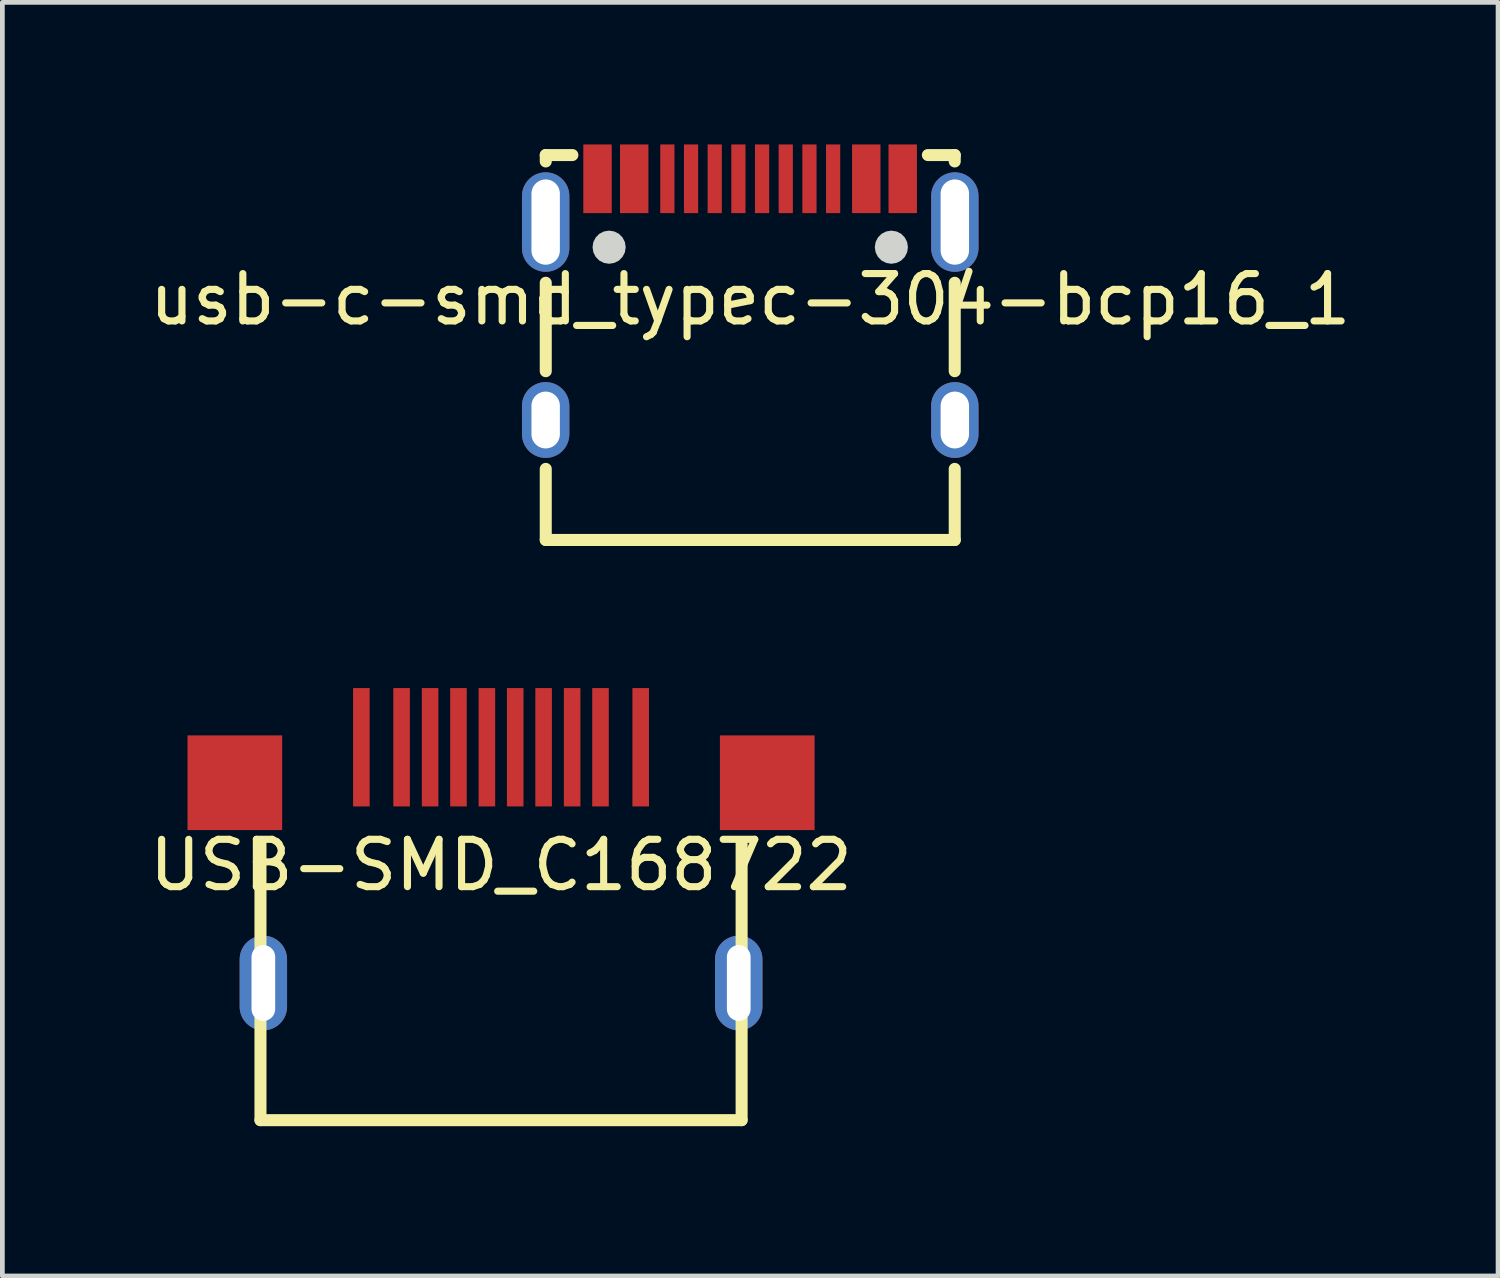
<source format=kicad_pcb>
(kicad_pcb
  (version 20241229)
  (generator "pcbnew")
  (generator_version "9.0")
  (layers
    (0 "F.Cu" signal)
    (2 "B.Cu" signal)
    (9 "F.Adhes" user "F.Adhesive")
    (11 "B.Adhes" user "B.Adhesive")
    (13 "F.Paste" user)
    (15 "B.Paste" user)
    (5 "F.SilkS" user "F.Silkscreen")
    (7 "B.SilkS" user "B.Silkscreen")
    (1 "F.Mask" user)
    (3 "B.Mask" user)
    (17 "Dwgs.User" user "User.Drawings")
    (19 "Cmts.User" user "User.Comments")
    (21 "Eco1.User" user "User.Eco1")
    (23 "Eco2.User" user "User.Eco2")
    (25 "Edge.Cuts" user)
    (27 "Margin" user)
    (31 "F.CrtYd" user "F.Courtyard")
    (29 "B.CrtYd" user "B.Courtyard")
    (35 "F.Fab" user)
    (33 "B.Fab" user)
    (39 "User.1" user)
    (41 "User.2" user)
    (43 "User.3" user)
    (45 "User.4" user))
  (footprint "USB-SMD_C168722"
    (layer "F.Cu")
    (at 7.53 15.218)
    (property "Reference" "USB-SMD_C168722" (at 0 0 0) (layer "F.SilkS") (effects (font (size 1 1) (thickness 0.15))))
    (fp_line (start -5.08 5.385) (end -5.08 -0.457) (stroke (width 0.254) (type default)) (layer "F.SilkS"))
    (fp_line (start 5.08 -0.457) (end 5.08 5.385) (stroke (width 0.254) (type default)) (layer "F.SilkS"))
    (fp_line (start 5.08 5.385) (end -5.08 5.385) (stroke (width 0.254) (type default)) (layer "F.SilkS"))
    (fp_poly (pts (xy -4.971 -1.24) (xy -6.269 -1.24) (xy -6.269 -2.24) (xy -4.971 -2.24)) (stroke (width 0.1) (type default)) (fill no) (layer "User.1"))
    (fp_poly (pts (xy -4.92 2.99) (xy -5.12 2.99) (xy -5.12 1.989) (xy -4.92 1.989)) (stroke (width 0.1) (type default)) (fill no) (layer "User.1"))
    (fp_poly (pts (xy -2.85 -2.141) (xy -3.05 -2.141) (xy -3.05 -3.439) (xy -2.85 -3.439)) (stroke (width 0.1) (type default)) (fill no) (layer "User.1"))
    (fp_poly (pts (xy -1.999 -2.141) (xy -2.2 -2.141) (xy -2.2 -3.439) (xy -1.999 -3.439)) (stroke (width 0.1) (type default)) (fill no) (layer "User.1"))
    (fp_poly (pts (xy -1.399 -2.141) (xy -1.6 -2.141) (xy -1.6 -3.439) (xy -1.399 -3.439)) (stroke (width 0.1) (type default)) (fill no) (layer "User.1"))
    (fp_poly (pts (xy -0.8 -2.141) (xy -1.001 -2.141) (xy -1.001 -3.439) (xy -0.8 -3.439)) (stroke (width 0.1) (type default)) (fill no) (layer "User.1"))
    (fp_poly (pts (xy -0.201 -2.141) (xy -0.399 -2.141) (xy -0.399 -3.439) (xy -0.201 -3.439)) (stroke (width 0.1) (type default)) (fill no) (layer "User.1"))
    (fp_poly (pts (xy 0.399 -2.141) (xy 0.201 -2.141) (xy 0.201 -3.439) (xy 0.399 -3.439)) (stroke (width 0.1) (type default)) (fill no) (layer "User.1"))
    (fp_poly (pts (xy 1.001 -2.141) (xy 0.8 -2.141) (xy 0.8 -3.439) (xy 1.001 -3.439)) (stroke (width 0.1) (type default)) (fill no) (layer "User.1"))
    (fp_poly (pts (xy 1.6 -2.141) (xy 1.399 -2.141) (xy 1.399 -3.439) (xy 1.6 -3.439)) (stroke (width 0.1) (type default)) (fill no) (layer "User.1"))
    (fp_poly (pts (xy 2.2 -2.141) (xy 1.999 -2.141) (xy 1.999 -3.439) (xy 2.2 -3.439)) (stroke (width 0.1) (type default)) (fill no) (layer "User.1"))
    (fp_poly (pts (xy 3.05 -2.141) (xy 2.85 -2.141) (xy 2.85 -3.439) (xy 3.05 -3.439)) (stroke (width 0.1) (type default)) (fill no) (layer "User.1"))
    (fp_poly (pts (xy 5.12 2.99) (xy 4.92 2.99) (xy 4.92 1.989) (xy 5.12 1.989)) (stroke (width 0.1) (type default)) (fill no) (layer "User.1"))
    (fp_poly (pts (xy 6.271 -1.24) (xy 4.971 -1.24) (xy 4.971 -2.24) (xy 6.271 -2.24)) (stroke (width 0.1) (type default)) (fill no) (layer "User.1"))
    (fp_line (start -5.12 -2.251) (end 5.12 -2.251) (stroke (width 0.051) (type default)) (layer "User.2"))
    (fp_line (start -5.12 5.649) (end -5.12 -2.251) (stroke (width 0.051) (type default)) (layer "User.2"))
    (fp_line (start 5.12 -2.251) (end 5.12 5.649) (stroke (width 0.051) (type default)) (layer "User.2"))
    (fp_line (start 5.12 5.649) (end -5.12 5.649) (stroke (width 0.051) (type default)) (layer "User.2"))
    (fp_poly (pts (xy -6.17 -3.439) (xy -6.188 -3.497) (xy -6.238 -3.533) (xy -6.299 -3.533) (xy -6.349 -3.497) (xy -6.367 -3.439) (xy -6.349 -3.381) (xy -6.299 -3.345) (xy -6.238 -3.345) (xy -6.188 -3.381)) (stroke (width 0.1) (type default)) (fill no) (layer "User.3"))
    (pad "1" smd rect (at -2.949 -2.489 180) (size 0.35 2.499) (layers "F.Cu" "F.Mask" "F.Paste"))
    (pad "2" smd rect (at -2.1 -2.489 180) (size 0.35 2.499) (layers "F.Cu" "F.Mask" "F.Paste"))
    (pad "3" smd rect (at -1.498 -2.489 180) (size 0.35 2.499) (layers "F.Cu" "F.Mask" "F.Paste"))
    (pad "4" smd rect (at -0.899 -2.489 180) (size 0.35 2.499) (layers "F.Cu" "F.Mask" "F.Paste"))
    (pad "5" smd rect (at -0.299 -2.489 180) (size 0.35 2.499) (layers "F.Cu" "F.Mask" "F.Paste"))
    (pad "6" smd rect (at 0.299 -2.489 180) (size 0.35 2.499) (layers "F.Cu" "F.Mask" "F.Paste"))
    (pad "7" smd rect (at 0.899 -2.489 180) (size 0.35 2.499) (layers "F.Cu" "F.Mask" "F.Paste"))
    (pad "8" smd rect (at 1.501 -2.489 180) (size 0.35 2.499) (layers "F.Cu" "F.Mask" "F.Paste"))
    (pad "9" smd rect (at 2.1 -2.489 180) (size 0.35 2.499) (layers "F.Cu" "F.Mask" "F.Paste"))
    (pad "10" smd rect (at 2.949 -2.489 180) (size 0.35 2.499) (layers "F.Cu" "F.Mask" "F.Paste"))
    (pad "11" smd rect (at -5.621 -1.74 180) (size 1.999 1.999) (layers "F.Cu" "F.Mask" "F.Paste"))
    (pad "11" thru_hole oval (at -5.019 2.489 180) (size 1.001 1.999) (drill oval 0.5 1.6) (layers "*.Cu" "*.Mask"))
    (pad "12" thru_hole oval (at 5.019 2.489 180) (size 1.001 1.999) (drill oval 0.5 1.6) (layers "*.Cu" "*.Mask"))
    (pad "12" smd rect (at 5.621 -1.74 180) (size 1.999 1.999) (layers "F.Cu" "F.Mask" "F.Paste")))
  (footprint "usb-c-smd_typec-304-bcp16_1"
    (layer "F.Cu")
    (at 12.792 3.272)
    (property "Reference" "usb-c-smd_typec-304-bcp16_1" (at 0 0 0) (layer "F.SilkS") (effects (font (size 1 1) (thickness 0.15))))
    (fp_line (start -4.318 -3.048) (end -4.318 -2.913) (stroke (width 0.254) (type default)) (layer "F.SilkS"))
    (fp_line (start -4.318 -0.351) (end -4.318 1.516) (stroke (width 0.254) (type default)) (layer "F.SilkS"))
    (fp_line (start -4.318 3.579) (end -4.318 5.08) (stroke (width 0.254) (type default)) (layer "F.SilkS"))
    (fp_line (start -4.318 5.08) (end 4.318 5.08) (stroke (width 0.254) (type default)) (layer "F.SilkS"))
    (fp_line (start -3.756 -3.048) (end -4.318 -3.048) (stroke (width 0.254) (type default)) (layer "F.SilkS"))
    (fp_line (start 4.318 -3.048) (end 3.751 -3.048) (stroke (width 0.254) (type default)) (layer "F.SilkS"))
    (fp_line (start 4.318 -2.913) (end 4.318 -3.048) (stroke (width 0.254) (type default)) (layer "F.SilkS"))
    (fp_line (start 4.318 1.516) (end 4.318 -0.351) (stroke (width 0.254) (type default)) (layer "F.SilkS"))
    (fp_line (start 4.318 5.08) (end 4.318 3.579) (stroke (width 0.254) (type default)) (layer "F.SilkS"))
    (fp_poly (pts (xy -2.63 -1.103) (xy -2.647 -1.211) (xy -2.697 -1.308) (xy -2.774 -1.386) (xy -2.872 -1.435) (xy -2.98 -1.452) (xy -3.088 -1.435) (xy -3.186 -1.386) (xy -3.263 -1.308) (xy -3.313 -1.211) (xy -3.33 -1.103) (xy -3.313 -0.994) (xy -3.263 -0.897) (xy -3.186 -0.819) (xy -3.088 -0.77) (xy -2.98 -0.752) (xy -2.872 -0.77) (xy -2.774 -0.819) (xy -2.697 -0.897) (xy -2.647 -0.994)) (stroke (width 0) (type default)) (fill yes) (layer "Edge.Cuts"))
    (fp_poly (pts (xy 3.33 -1.103) (xy 3.313 -1.211) (xy 3.263 -1.308) (xy 3.186 -1.386) (xy 3.088 -1.435) (xy 2.98 -1.452) (xy 2.872 -1.435) (xy 2.774 -1.386) (xy 2.697 -1.308) (xy 2.647 -1.211) (xy 2.63 -1.103) (xy 2.647 -0.994) (xy 2.697 -0.897) (xy 2.774 -0.819) (xy 2.872 -0.77) (xy 2.98 -0.752) (xy 3.088 -0.77) (xy 3.186 -0.819) (xy 3.263 -0.897) (xy 3.313 -0.994)) (stroke (width 0) (type default)) (fill yes) (layer "Edge.Cuts"))
    (fp_poly (pts (xy -4.47 -2.158) (xy -4.17 -2.158) (xy -4.17 -1.107) (xy -4.47 -1.107)) (stroke (width 0.1) (type default)) (fill no) (layer "User.1"))
    (fp_poly (pts (xy -4.47 2.147) (xy -4.17 2.147) (xy -4.17 2.947) (xy -4.47 2.947)) (stroke (width 0.1) (type default)) (fill no) (layer "User.1"))
    (fp_poly (pts (xy -3.425 -2.647) (xy -3.025 -2.647) (xy -3.025 -1.847) (xy -3.425 -1.847)) (stroke (width 0.1) (type default)) (fill no) (layer "User.1"))
    (fp_poly (pts (xy -2.65 -2.647) (xy -2.25 -2.647) (xy -2.25 -1.847) (xy -2.65 -1.847)) (stroke (width 0.1) (type default)) (fill no) (layer "User.1"))
    (fp_poly (pts (xy -1.85 -2.647) (xy -1.65 -2.647) (xy -1.65 -1.847) (xy -1.85 -1.847)) (stroke (width 0.1) (type default)) (fill no) (layer "User.1"))
    (fp_poly (pts (xy -1.36 -2.632) (xy -1.16 -2.632) (xy -1.16 -1.833) (xy -1.36 -1.833)) (stroke (width 0.1) (type default)) (fill no) (layer "User.1"))
    (fp_poly (pts (xy -0.85 -2.647) (xy -0.65 -2.647) (xy -0.65 -1.847) (xy -0.85 -1.847)) (stroke (width 0.1) (type default)) (fill no) (layer "User.1"))
    (fp_poly (pts (xy -0.35 -2.647) (xy -0.15 -2.647) (xy -0.15 -1.847) (xy -0.35 -1.847)) (stroke (width 0.1) (type default)) (fill no) (layer "User.1"))
    (fp_poly (pts (xy 0.15 -2.647) (xy 0.35 -2.647) (xy 0.35 -1.847) (xy 0.15 -1.847)) (stroke (width 0.1) (type default)) (fill no) (layer "User.1"))
    (fp_poly (pts (xy 0.65 -2.647) (xy 0.85 -2.647) (xy 0.85 -1.847) (xy 0.65 -1.847)) (stroke (width 0.1) (type default)) (fill no) (layer "User.1"))
    (fp_poly (pts (xy 1.15 -2.647) (xy 1.35 -2.647) (xy 1.35 -1.847) (xy 1.15 -1.847)) (stroke (width 0.1) (type default)) (fill no) (layer "User.1"))
    (fp_poly (pts (xy 1.65 -2.647) (xy 1.85 -2.647) (xy 1.85 -1.847) (xy 1.65 -1.847)) (stroke (width 0.1) (type default)) (fill no) (layer "User.1"))
    (fp_poly (pts (xy 2.25 -2.647) (xy 2.65 -2.647) (xy 2.65 -1.847) (xy 2.25 -1.847)) (stroke (width 0.1) (type default)) (fill no) (layer "User.1"))
    (fp_poly (pts (xy 3.02 -2.647) (xy 3.42 -2.647) (xy 3.42 -1.847) (xy 3.02 -1.847)) (stroke (width 0.1) (type default)) (fill no) (layer "User.1"))
    (fp_poly (pts (xy 4.17 -2.158) (xy 4.47 -2.158) (xy 4.47 -1.107) (xy 4.17 -1.107)) (stroke (width 0.1) (type default)) (fill no) (layer "User.1"))
    (fp_poly (pts (xy 4.17 2.147) (xy 4.47 2.147) (xy 4.47 2.947) (xy 4.17 2.947)) (stroke (width 0.1) (type default)) (fill no) (layer "User.1"))
    (fp_poly (pts (xy -2.567 -1.103) (xy -2.587 -1.23) (xy -2.645 -1.346) (xy -2.737 -1.437) (xy -2.852 -1.496) (xy -2.98 -1.516) (xy -3.108 -1.496) (xy -3.223 -1.437) (xy -3.315 -1.346) (xy -3.373 -1.23) (xy -3.393 -1.103) (xy -3.373 -0.975) (xy -3.315 -0.859) (xy -3.223 -0.768) (xy -3.108 -0.709) (xy -2.98 -0.689) (xy -2.852 -0.709) (xy -2.737 -0.768) (xy -2.645 -0.859) (xy -2.587 -0.975)) (stroke (width 0.1) (type default)) (fill no) (layer "User.1"))
    (fp_poly (pts (xy 3.393 -1.103) (xy 3.373 -1.23) (xy 3.315 -1.346) (xy 3.223 -1.437) (xy 3.108 -1.496) (xy 2.98 -1.516) (xy 2.852 -1.496) (xy 2.737 -1.437) (xy 2.645 -1.346) (xy 2.587 -1.23) (xy 2.567 -1.103) (xy 2.587 -0.975) (xy 2.645 -0.859) (xy 2.737 -0.768) (xy 2.852 -0.709) (xy 2.98 -0.689) (xy 3.108 -0.709) (xy 3.223 -0.768) (xy 3.315 -0.859) (xy 3.373 -0.975)) (stroke (width 0.1) (type default)) (fill no) (layer "User.1"))
    (fp_line (start -4.445 -2.2) (end 4.455 -2.2) (stroke (width 0.051) (type default)) (layer "User.2"))
    (fp_line (start -4.445 5.1) (end -4.445 -2.2) (stroke (width 0.051) (type default)) (layer "User.2"))
    (fp_line (start 4.455 -2.2) (end 4.455 5.1) (stroke (width 0.051) (type default)) (layer "User.2"))
    (fp_line (start 4.455 5.1) (end -4.445 5.1) (stroke (width 0.051) (type default)) (layer "User.2"))
    (fp_circle (center -2.98 -1.103) (end -2.805 -1.103) (stroke (width 0.051) (type default)) (fill no) (layer "User.2"))
    (fp_circle (center 2.98 -1.103) (end 3.155 -1.103) (stroke (width 0.051) (type default)) (fill no) (layer "User.2"))
    (pad "13" thru_hole oval (at -4.32 -1.633) (size 1 2.1) (drill oval 0.6 1.8) (layers "*.Cu" "*.Mask"))
    (pad "14" thru_hole oval (at 4.32 -1.633) (size 1 2.1) (drill oval 0.6 1.8) (layers "*.Cu" "*.Mask"))
    (pad "15" thru_hole oval (at -4.32 2.547) (size 1 1.6) (drill oval 0.6 1.2) (layers "*.Cu" "*.Mask"))
    (pad "16" thru_hole oval (at 4.32 2.547) (size 1 1.6) (drill oval 0.6 1.2) (layers "*.Cu" "*.Mask"))
    (pad "A1B12" smd rect (at -3.225 -2.547) (size 0.6 1.45) (layers "F.Cu" "F.Mask" "F.Paste"))
    (pad "A4B9" smd rect (at -2.45 -2.547) (size 0.6 1.45) (layers "F.Cu" "F.Mask" "F.Paste"))
    (pad "A5" smd rect (at -1.25 -2.547) (size 0.3 1.45) (layers "F.Cu" "F.Mask" "F.Paste"))
    (pad "A6" smd rect (at -0.25 -2.547) (size 0.3 1.45) (layers "F.Cu" "F.Mask" "F.Paste"))
    (pad "A7" smd rect (at 0.25 -2.547) (size 0.3 1.45) (layers "F.Cu" "F.Mask" "F.Paste"))
    (pad "A8" smd rect (at 1.25 -2.547) (size 0.3 1.45) (layers "F.Cu" "F.Mask" "F.Paste"))
    (pad "B1A12" smd rect (at 3.22 -2.547) (size 0.6 1.45) (layers "F.Cu" "F.Mask" "F.Paste"))
    (pad "B4A9" smd rect (at 2.45 -2.547) (size 0.6 1.45) (layers "F.Cu" "F.Mask" "F.Paste"))
    (pad "B5" smd rect (at 1.75 -2.547) (size 0.3 1.45) (layers "F.Cu" "F.Mask" "F.Paste"))
    (pad "B6" smd rect (at 0.75 -2.547) (size 0.3 1.45) (layers "F.Cu" "F.Mask" "F.Paste"))
    (pad "B7" smd rect (at -0.75 -2.547) (size 0.3 1.45) (layers "F.Cu" "F.Mask" "F.Paste"))
    (pad "B8" smd rect (at -1.75 -2.547) (size 0.3 1.45) (layers "F.Cu" "F.Mask" "F.Paste")))
  (gr_rect
    (start -3 -3)
    (end 28.583 23.893)
    (stroke (width 0.1) (type default))
    (fill no)
    (layer "Edge.Cuts")))
</source>
